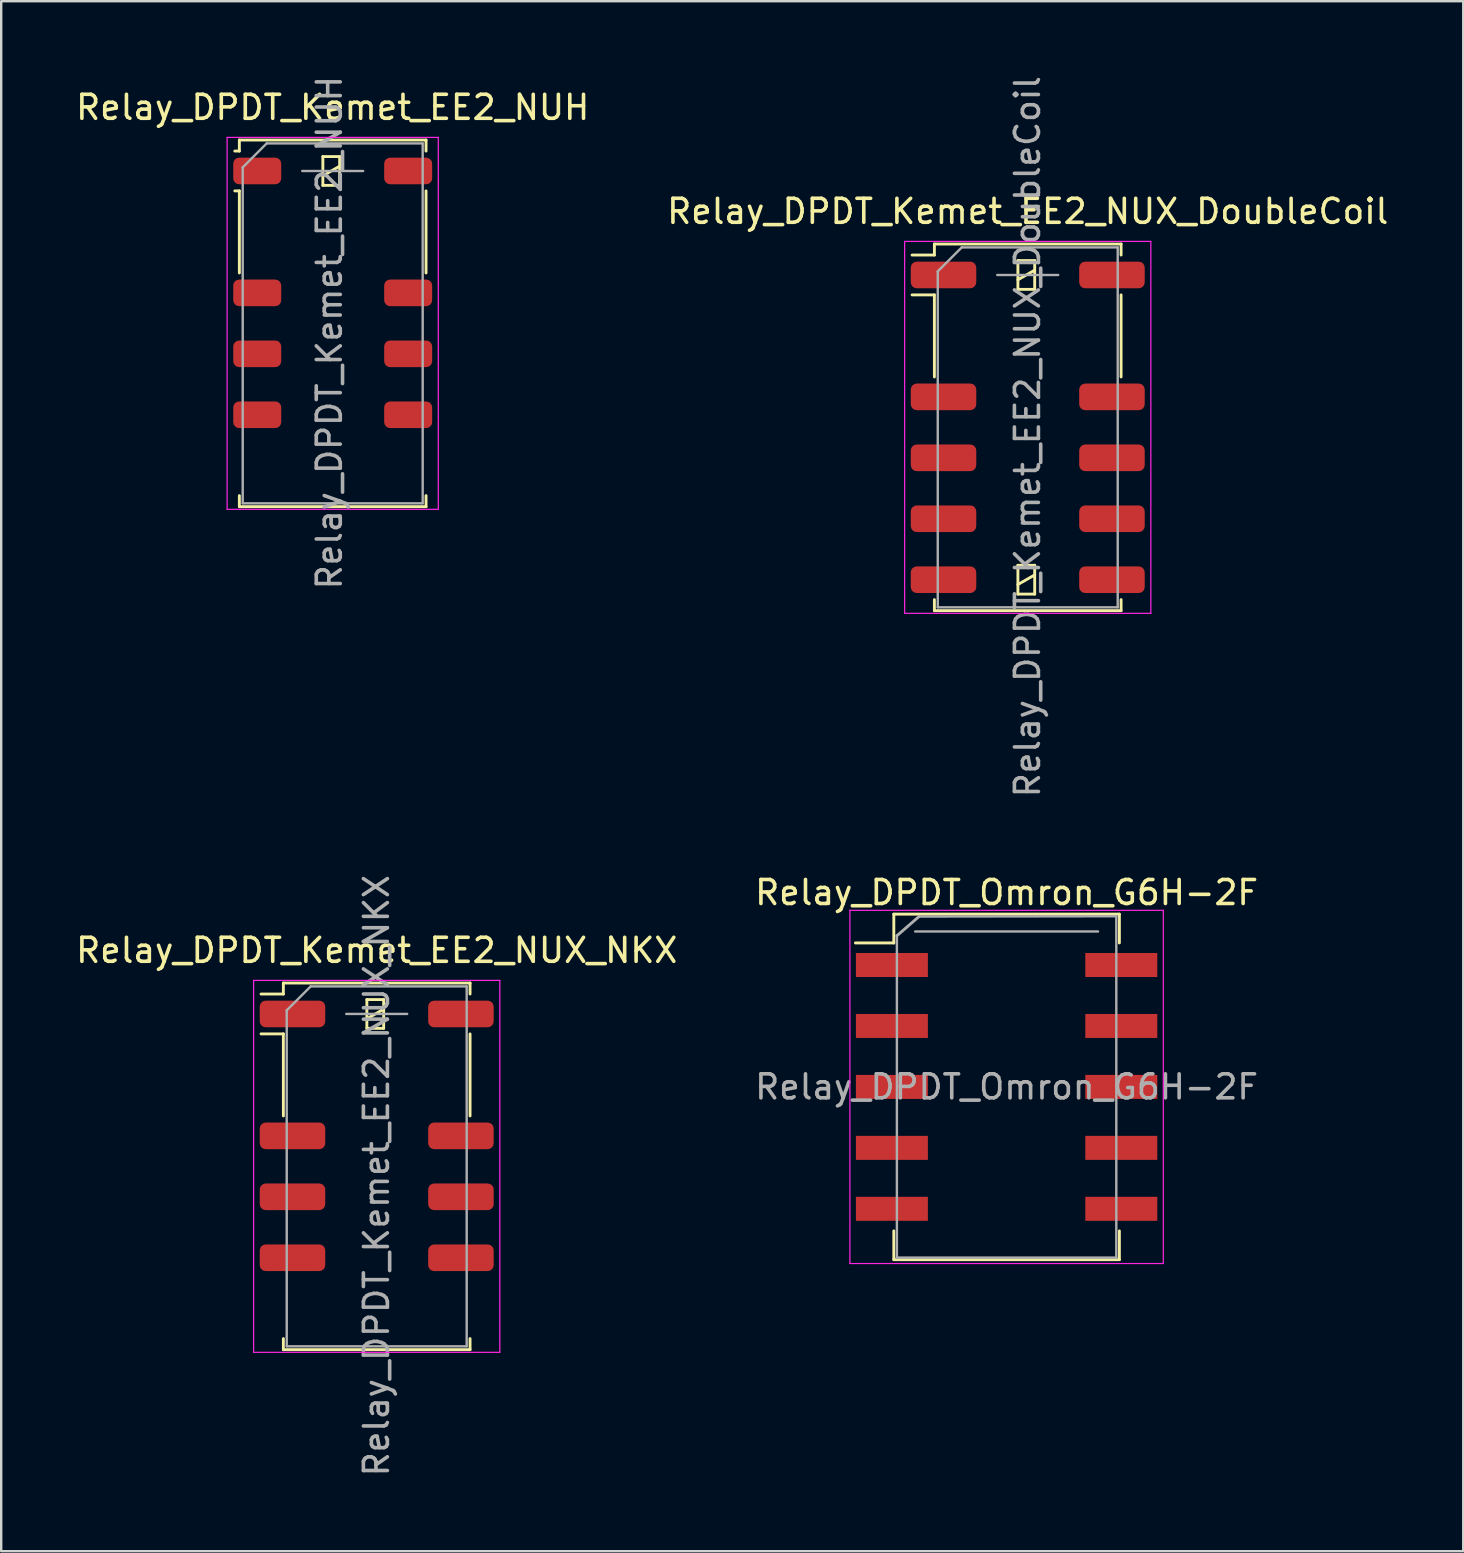
<source format=kicad_pcb>
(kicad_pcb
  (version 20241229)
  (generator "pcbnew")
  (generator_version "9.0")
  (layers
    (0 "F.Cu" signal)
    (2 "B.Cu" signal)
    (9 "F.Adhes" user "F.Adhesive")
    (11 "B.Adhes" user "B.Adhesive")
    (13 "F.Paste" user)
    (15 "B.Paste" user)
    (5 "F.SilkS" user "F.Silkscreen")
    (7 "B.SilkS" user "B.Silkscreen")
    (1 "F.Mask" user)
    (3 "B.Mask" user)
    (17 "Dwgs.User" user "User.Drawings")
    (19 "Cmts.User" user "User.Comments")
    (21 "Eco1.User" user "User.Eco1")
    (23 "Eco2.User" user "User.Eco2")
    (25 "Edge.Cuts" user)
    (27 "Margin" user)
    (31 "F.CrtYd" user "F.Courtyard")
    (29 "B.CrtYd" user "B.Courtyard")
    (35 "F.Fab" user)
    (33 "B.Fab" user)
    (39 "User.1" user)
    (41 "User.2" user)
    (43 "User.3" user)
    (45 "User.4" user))
  (footprint "Relay_DPDT_Omron_G6H-2F"
    (layer "F.Cu")
    (at 38.899 42.246)
    (property "Reference" "Relay_DPDT_Omron_G6H-2F" (at 0 -8.1 0) (layer "F.SilkS") (effects (font (size 1 1) (thickness 0.15))))
    (attr smd)
    (fp_line (start -4.7 -7.2) (end -4.7 -6) (stroke (width 0.12) (type solid)) (layer "F.SilkS"))
    (fp_line (start -4.7 -7.2) (end 4.7 -7.2) (stroke (width 0.12) (type solid)) (layer "F.SilkS"))
    (fp_line (start -4.7 -6) (end -6.3 -6) (stroke (width 0.12) (type solid)) (layer "F.SilkS"))
    (fp_line (start -4.7 7.2) (end -4.7 6) (stroke (width 0.12) (type solid)) (layer "F.SilkS"))
    (fp_line (start 4.7 -7.2) (end 4.7 -6) (stroke (width 0.12) (type solid)) (layer "F.SilkS"))
    (fp_line (start 4.7 7.2) (end -4.7 7.2) (stroke (width 0.12) (type solid)) (layer "F.SilkS"))
    (fp_line (start 4.7 7.2) (end 4.7 6) (stroke (width 0.12) (type solid)) (layer "F.SilkS"))
    (fp_line (start -6.53 -7.36) (end -6.53 7.36) (stroke (width 0.05) (type solid)) (layer "F.CrtYd"))
    (fp_line (start -6.53 -7.36) (end 6.53 -7.36) (stroke (width 0.05) (type solid)) (layer "F.CrtYd"))
    (fp_line (start 6.53 7.36) (end -6.53 7.36) (stroke (width 0.05) (type solid)) (layer "F.CrtYd"))
    (fp_line (start 6.53 7.36) (end 6.53 -7.36) (stroke (width 0.05) (type solid)) (layer "F.CrtYd"))
    (fp_line (start -4.572 -6.3) (end -3.65 -7.1) (stroke (width 0.12) (type solid)) (layer "F.Fab"))
    (fp_line (start -4.572 7.112) (end -4.572 -6.3) (stroke (width 0.1) (type solid)) (layer "F.Fab"))
    (fp_line (start -3.81 -6.477) (end 3.81 -6.477) (stroke (width 0.1) (type solid)) (layer "F.Fab"))
    (fp_line (start -3.65 -7.1) (end 4.572 -7.112) (stroke (width 0.1) (type solid)) (layer "F.Fab"))
    (fp_line (start 4.572 -7.112) (end 4.572 7.112) (stroke (width 0.1) (type solid)) (layer "F.Fab"))
    (fp_line (start 4.572 7.112) (end -4.572 7.112) (stroke (width 0.1) (type solid)) (layer "F.Fab"))
    (fp_text user "${REFERENCE}" (at 0 0 0) (layer "F.Fab") (effects (font (size 1 1) (thickness 0.15))))
    (pad "1" smd rect (at -4.78 -5.08) (size 3 1) (layers "F.Cu" "F.Mask" "F.Paste"))
    (pad "2" smd rect (at -4.78 -2.54) (size 3 1) (layers "F.Cu" "F.Mask" "F.Paste"))
    (pad "3" smd rect (at -4.78 0) (size 3 1) (layers "F.Cu" "F.Mask" "F.Paste"))
    (pad "4" smd rect (at -4.78 2.54) (size 3 1) (layers "F.Cu" "F.Mask" "F.Paste"))
    (pad "5" smd rect (at -4.78 5.08) (size 3 1) (layers "F.Cu" "F.Mask" "F.Paste"))
    (pad "6" smd rect (at 4.78 5.08) (size 3 1) (layers "F.Cu" "F.Mask" "F.Paste"))
    (pad "7" smd rect (at 4.78 2.54) (size 3 1) (layers "F.Cu" "F.Mask" "F.Paste"))
    (pad "8" smd rect (at 4.78 0) (size 3 1) (layers "F.Cu" "F.Mask" "F.Paste"))
    (pad "9" smd rect (at 4.78 -2.54) (size 3 1) (layers "F.Cu" "F.Mask" "F.Paste"))
    (pad "10" smd rect (at 4.78 -5.08) (size 3 1) (layers "F.Cu" "F.Mask" "F.Paste")))
  (footprint "Relay_DPDT_Kemet_EE2_NUH"
    (layer "F.Cu")
    (at 10.815 10.425)
    (property "Reference" "Relay_DPDT_Kemet_EE2_NUH" (at 0 -9 180) (layer "F.SilkS") (effects (font (size 1 1) (thickness 0.15))))
    (attr smd)
    (fp_line (start -3.89 -7.64) (end -3.89 -7.18) (stroke (width 0.12) (type solid)) (layer "F.SilkS"))
    (fp_line (start -3.89 -7.18) (end -4.08 -7.18) (stroke (width 0.12) (type solid)) (layer "F.SilkS"))
    (fp_line (start -3.89 -5.52) (end -4.08 -5.52) (stroke (width 0.12) (type solid)) (layer "F.SilkS"))
    (fp_line (start -3.89 -5.52) (end -3.89 -2.1) (stroke (width 0.12) (type solid)) (layer "F.SilkS"))
    (fp_line (start -3.89 7.18) (end -3.89 7.64) (stroke (width 0.12) (type solid)) (layer "F.SilkS"))
    (fp_line (start -0.41 -6.95) (end -0.41 -5.75) (stroke (width 0.12) (type solid)) (layer "F.SilkS"))
    (fp_line (start -0.41 -6.15) (end 0.29 -6.55) (stroke (width 0.12) (type solid)) (layer "F.SilkS"))
    (fp_line (start -0.41 -5.75) (end 0.29 -5.75) (stroke (width 0.12) (type solid)) (layer "F.SilkS"))
    (fp_line (start 0.29 -6.95) (end -0.41 -6.95) (stroke (width 0.12) (type solid)) (layer "F.SilkS"))
    (fp_line (start 0.29 -5.75) (end 0.29 -6.95) (stroke (width 0.12) (type solid)) (layer "F.SilkS"))
    (fp_line (start 3.89 -7.64) (end -3.89 -7.64) (stroke (width 0.12) (type solid)) (layer "F.SilkS"))
    (fp_line (start 3.89 -7.64) (end 3.89 -7.18) (stroke (width 0.12) (type solid)) (layer "F.SilkS"))
    (fp_line (start 3.89 -5.52) (end 3.89 -2.1) (stroke (width 0.12) (type solid)) (layer "F.SilkS"))
    (fp_line (start 3.89 7.18) (end 3.89 7.64) (stroke (width 0.12) (type solid)) (layer "F.SilkS"))
    (fp_line (start 3.89 7.64) (end -3.89 7.64) (stroke (width 0.12) (type solid)) (layer "F.SilkS"))
    (fp_line (start -4.4 -7.75) (end -4.4 7.75) (stroke (width 0.05) (type solid)) (layer "F.CrtYd"))
    (fp_line (start -4.4 7.75) (end 4.4 7.75) (stroke (width 0.05) (type solid)) (layer "F.CrtYd"))
    (fp_line (start 4.4 -7.75) (end -4.4 -7.75) (stroke (width 0.05) (type solid)) (layer "F.CrtYd"))
    (fp_line (start 4.4 -7.75) (end 4.4 7.75) (stroke (width 0.05) (type solid)) (layer "F.CrtYd"))
    (fp_line (start -3.75 -6.5) (end -3.75 7.5) (stroke (width 0.1) (type solid)) (layer "F.Fab"))
    (fp_line (start -3.75 -6.5) (end -2.75 -7.5) (stroke (width 0.1) (type solid)) (layer "F.Fab"))
    (fp_line (start -1.27 -6.35) (end 1.27 -6.35) (stroke (width 0.1) (type solid)) (layer "F.Fab"))
    (fp_line (start 3.75 -7.5) (end -2.75 -7.5) (stroke (width 0.1) (type solid)) (layer "F.Fab"))
    (fp_line (start 3.75 -7.5) (end 3.75 7.5) (stroke (width 0.1) (type solid)) (layer "F.Fab"))
    (fp_line (start 3.75 7.5) (end -3.75 7.5) (stroke (width 0.1) (type solid)) (layer "F.Fab"))
    (fp_text user "${REFERENCE}" (at -0.14 0.39 90) (layer "F.Fab") (effects (font (size 1 1) (thickness 0.15))))
    (pad "1" smd roundrect (at -3.145 -6.35 270) (size 1.11 2) (layers "F.Cu" "F.Mask" "F.Paste") (roundrect_rratio 0.225))
    (pad "3" smd roundrect (at -3.145 -1.27 270) (size 1.11 2) (layers "F.Cu" "F.Mask" "F.Paste") (roundrect_rratio 0.225))
    (pad "4" smd roundrect (at -3.145 1.27 270) (size 1.11 2) (layers "F.Cu" "F.Mask" "F.Paste") (roundrect_rratio 0.225))
    (pad "5" smd roundrect (at -3.145 3.81 270) (size 1.11 2) (layers "F.Cu" "F.Mask" "F.Paste") (roundrect_rratio 0.225))
    (pad "8" smd roundrect (at 3.145 3.81 270) (size 1.11 2) (layers "F.Cu" "F.Mask" "F.Paste") (roundrect_rratio 0.225))
    (pad "9" smd roundrect (at 3.145 1.27 270) (size 1.11 2) (layers "F.Cu" "F.Mask" "F.Paste") (roundrect_rratio 0.225))
    (pad "10" smd roundrect (at 3.145 -1.27 270) (size 1.11 2) (layers "F.Cu" "F.Mask" "F.Paste") (roundrect_rratio 0.225))
    (pad "12" smd roundrect (at 3.145 -6.35 270) (size 1.11 2) (layers "F.Cu" "F.Mask" "F.Paste") (roundrect_rratio 0.225)))
  (footprint "Relay_DPDT_Kemet_EE2_NUX_DoubleCoil"
    (layer "F.Cu")
    (at 39.78 14.759)
    (property "Reference" "Relay_DPDT_Kemet_EE2_NUX_DoubleCoil" (at 0 -9 180) (layer "F.SilkS") (effects (font (size 1 1) (thickness 0.15))))
    (attr smd)
    (fp_line (start -3.89 -7.64) (end -3.89 -7.18) (stroke (width 0.12) (type solid)) (layer "F.SilkS"))
    (fp_line (start -3.89 -7.18) (end -4.82 -7.18) (stroke (width 0.12) (type solid)) (layer "F.SilkS"))
    (fp_line (start -3.89 -5.52) (end -4.82 -5.52) (stroke (width 0.12) (type solid)) (layer "F.SilkS"))
    (fp_line (start -3.89 -5.52) (end -3.89 -2.1) (stroke (width 0.12) (type solid)) (layer "F.SilkS"))
    (fp_line (start -3.89 7.18) (end -3.89 7.64) (stroke (width 0.12) (type solid)) (layer "F.SilkS"))
    (fp_line (start -0.41 -6.95) (end -0.41 -5.75) (stroke (width 0.12) (type solid)) (layer "F.SilkS"))
    (fp_line (start -0.41 -6.15) (end 0.29 -6.55) (stroke (width 0.12) (type solid)) (layer "F.SilkS"))
    (fp_line (start -0.41 -5.75) (end 0.29 -5.75) (stroke (width 0.12) (type solid)) (layer "F.SilkS"))
    (fp_line (start -0.41 5.75) (end -0.41 6.95) (stroke (width 0.12) (type solid)) (layer "F.SilkS"))
    (fp_line (start -0.41 6.55) (end 0.29 6.15) (stroke (width 0.12) (type solid)) (layer "F.SilkS"))
    (fp_line (start -0.41 6.95) (end 0.29 6.95) (stroke (width 0.12) (type solid)) (layer "F.SilkS"))
    (fp_line (start 0.29 -6.95) (end -0.41 -6.95) (stroke (width 0.12) (type solid)) (layer "F.SilkS"))
    (fp_line (start 0.29 -5.75) (end 0.29 -6.95) (stroke (width 0.12) (type solid)) (layer "F.SilkS"))
    (fp_line (start 0.29 5.75) (end -0.41 5.75) (stroke (width 0.12) (type solid)) (layer "F.SilkS"))
    (fp_line (start 0.29 6.95) (end 0.29 5.75) (stroke (width 0.12) (type solid)) (layer "F.SilkS"))
    (fp_line (start 3.89 -7.64) (end -3.89 -7.64) (stroke (width 0.12) (type solid)) (layer "F.SilkS"))
    (fp_line (start 3.89 -7.64) (end 3.89 -7.18) (stroke (width 0.12) (type solid)) (layer "F.SilkS"))
    (fp_line (start 3.89 -5.52) (end 3.89 -2.1) (stroke (width 0.12) (type solid)) (layer "F.SilkS"))
    (fp_line (start 3.89 7.18) (end 3.89 7.64) (stroke (width 0.12) (type solid)) (layer "F.SilkS"))
    (fp_line (start 3.89 7.64) (end -3.89 7.64) (stroke (width 0.12) (type solid)) (layer "F.SilkS"))
    (fp_line (start -5.13 -7.75) (end -5.13 7.75) (stroke (width 0.05) (type solid)) (layer "F.CrtYd"))
    (fp_line (start -5.13 7.75) (end 5.13 7.75) (stroke (width 0.05) (type solid)) (layer "F.CrtYd"))
    (fp_line (start 5.13 -7.75) (end -5.13 -7.75) (stroke (width 0.05) (type solid)) (layer "F.CrtYd"))
    (fp_line (start 5.13 -7.75) (end 5.13 7.75) (stroke (width 0.05) (type solid)) (layer "F.CrtYd"))
    (fp_line (start -3.75 -6.5) (end -3.75 7.5) (stroke (width 0.1) (type solid)) (layer "F.Fab"))
    (fp_line (start -3.75 -6.5) (end -2.75 -7.5) (stroke (width 0.1) (type solid)) (layer "F.Fab"))
    (fp_line (start -1.27 -6.35) (end 1.27 -6.35) (stroke (width 0.1) (type solid)) (layer "F.Fab"))
    (fp_line (start 3.75 -7.5) (end -2.75 -7.5) (stroke (width 0.1) (type solid)) (layer "F.Fab"))
    (fp_line (start 3.75 -7.5) (end 3.75 7.5) (stroke (width 0.1) (type solid)) (layer "F.Fab"))
    (fp_line (start 3.75 7.5) (end -3.75 7.5) (stroke (width 0.1) (type solid)) (layer "F.Fab"))
    (fp_text user "${REFERENCE}" (at -0.01 0.39 90) (layer "F.Fab") (effects (font (size 1 1) (thickness 0.15))))
    (pad "1" smd roundrect (at -3.51 -6.35 270) (size 1.11 2.73) (layers "F.Cu" "F.Mask" "F.Paste") (roundrect_rratio 0.225))
    (pad "3" smd roundrect (at -3.51 -1.27 270) (size 1.11 2.73) (layers "F.Cu" "F.Mask" "F.Paste") (roundrect_rratio 0.225))
    (pad "4" smd roundrect (at -3.51 1.27 270) (size 1.11 2.73) (layers "F.Cu" "F.Mask" "F.Paste") (roundrect_rratio 0.225))
    (pad "5" smd roundrect (at -3.51 3.81 270) (size 1.11 2.73) (layers "F.Cu" "F.Mask" "F.Paste") (roundrect_rratio 0.225))
    (pad "6" smd roundrect (at -3.51 6.35 270) (size 1.11 2.73) (layers "F.Cu" "F.Mask" "F.Paste") (roundrect_rratio 0.225))
    (pad "7" smd roundrect (at 3.51 6.35 270) (size 1.11 2.73) (layers "F.Cu" "F.Mask" "F.Paste") (roundrect_rratio 0.225))
    (pad "8" smd roundrect (at 3.51 3.81 270) (size 1.11 2.73) (layers "F.Cu" "F.Mask" "F.Paste") (roundrect_rratio 0.225))
    (pad "9" smd roundrect (at 3.51 1.27 270) (size 1.11 2.73) (layers "F.Cu" "F.Mask" "F.Paste") (roundrect_rratio 0.225))
    (pad "10" smd roundrect (at 3.51 -1.27 270) (size 1.11 2.73) (layers "F.Cu" "F.Mask" "F.Paste") (roundrect_rratio 0.225))
    (pad "12" smd roundrect (at 3.51 -6.35 270) (size 1.11 2.73) (layers "F.Cu" "F.Mask" "F.Paste") (roundrect_rratio 0.225)))
  (footprint "Relay_DPDT_Kemet_EE2_NUX_NKX"
    (layer "F.Cu")
    (at 12.649 45.556)
    (property "Reference" "Relay_DPDT_Kemet_EE2_NUX_NKX" (at 0 -9 180) (layer "F.SilkS") (effects (font (size 1 1) (thickness 0.15))))
    (attr smd)
    (fp_line (start -3.89 -7.64) (end -3.89 -7.18) (stroke (width 0.12) (type solid)) (layer "F.SilkS"))
    (fp_line (start -3.89 -7.18) (end -4.82 -7.18) (stroke (width 0.12) (type solid)) (layer "F.SilkS"))
    (fp_line (start -3.89 -5.52) (end -4.82 -5.52) (stroke (width 0.12) (type solid)) (layer "F.SilkS"))
    (fp_line (start -3.89 -5.52) (end -3.89 -2.1) (stroke (width 0.12) (type solid)) (layer "F.SilkS"))
    (fp_line (start -3.89 7.18) (end -3.89 7.64) (stroke (width 0.12) (type solid)) (layer "F.SilkS"))
    (fp_line (start -0.41 -6.95) (end -0.41 -5.75) (stroke (width 0.12) (type solid)) (layer "F.SilkS"))
    (fp_line (start -0.41 -6.15) (end 0.29 -6.55) (stroke (width 0.12) (type solid)) (layer "F.SilkS"))
    (fp_line (start -0.41 -5.75) (end 0.29 -5.75) (stroke (width 0.12) (type solid)) (layer "F.SilkS"))
    (fp_line (start 0.29 -6.95) (end -0.41 -6.95) (stroke (width 0.12) (type solid)) (layer "F.SilkS"))
    (fp_line (start 0.29 -5.75) (end 0.29 -6.95) (stroke (width 0.12) (type solid)) (layer "F.SilkS"))
    (fp_line (start 3.89 -7.64) (end -3.89 -7.64) (stroke (width 0.12) (type solid)) (layer "F.SilkS"))
    (fp_line (start 3.89 -7.64) (end 3.89 -7.18) (stroke (width 0.12) (type solid)) (layer "F.SilkS"))
    (fp_line (start 3.89 -5.52) (end 3.89 -2.1) (stroke (width 0.12) (type solid)) (layer "F.SilkS"))
    (fp_line (start 3.89 7.18) (end 3.89 7.64) (stroke (width 0.12) (type solid)) (layer "F.SilkS"))
    (fp_line (start 3.89 7.64) (end -3.89 7.64) (stroke (width 0.12) (type solid)) (layer "F.SilkS"))
    (fp_line (start -5.13 -7.75) (end -5.13 7.75) (stroke (width 0.05) (type solid)) (layer "F.CrtYd"))
    (fp_line (start -5.13 7.75) (end 5.13 7.75) (stroke (width 0.05) (type solid)) (layer "F.CrtYd"))
    (fp_line (start 5.13 -7.75) (end -5.13 -7.75) (stroke (width 0.05) (type solid)) (layer "F.CrtYd"))
    (fp_line (start 5.13 -7.75) (end 5.13 7.75) (stroke (width 0.05) (type solid)) (layer "F.CrtYd"))
    (fp_line (start -3.75 -6.5) (end -3.75 7.5) (stroke (width 0.1) (type solid)) (layer "F.Fab"))
    (fp_line (start -3.75 -6.5) (end -2.75 -7.5) (stroke (width 0.1) (type solid)) (layer "F.Fab"))
    (fp_line (start -1.27 -6.35) (end 1.27 -6.35) (stroke (width 0.1) (type solid)) (layer "F.Fab"))
    (fp_line (start 3.75 -7.5) (end -2.75 -7.5) (stroke (width 0.1) (type solid)) (layer "F.Fab"))
    (fp_line (start 3.75 -7.5) (end 3.75 7.5) (stroke (width 0.1) (type solid)) (layer "F.Fab"))
    (fp_line (start 3.75 7.5) (end -3.75 7.5) (stroke (width 0.1) (type solid)) (layer "F.Fab"))
    (fp_text user "${REFERENCE}" (at -0.01 0.39 90) (layer "F.Fab") (effects (font (size 1 1) (thickness 0.15))))
    (pad "1" smd roundrect (at -3.51 -6.35 270) (size 1.11 2.73) (layers "F.Cu" "F.Mask" "F.Paste") (roundrect_rratio 0.225))
    (pad "3" smd roundrect (at -3.51 -1.27 270) (size 1.11 2.73) (layers "F.Cu" "F.Mask" "F.Paste") (roundrect_rratio 0.225))
    (pad "4" smd roundrect (at -3.51 1.27 270) (size 1.11 2.73) (layers "F.Cu" "F.Mask" "F.Paste") (roundrect_rratio 0.225))
    (pad "5" smd roundrect (at -3.51 3.81 270) (size 1.11 2.73) (layers "F.Cu" "F.Mask" "F.Paste") (roundrect_rratio 0.225))
    (pad "8" smd roundrect (at 3.51 3.81 270) (size 1.11 2.73) (layers "F.Cu" "F.Mask" "F.Paste") (roundrect_rratio 0.225))
    (pad "9" smd roundrect (at 3.51 1.27 270) (size 1.11 2.73) (layers "F.Cu" "F.Mask" "F.Paste") (roundrect_rratio 0.225))
    (pad "10" smd roundrect (at 3.51 -1.27 270) (size 1.11 2.73) (layers "F.Cu" "F.Mask" "F.Paste") (roundrect_rratio 0.225))
    (pad "12" smd roundrect (at 3.51 -6.35 270) (size 1.11 2.73) (layers "F.Cu" "F.Mask" "F.Paste") (roundrect_rratio 0.225)))
  (gr_rect
    (start -3 -3)
    (end 57.929 61.595)
    (stroke (width 0.1) (type default))
    (fill no)
    (layer "Edge.Cuts")))
</source>
